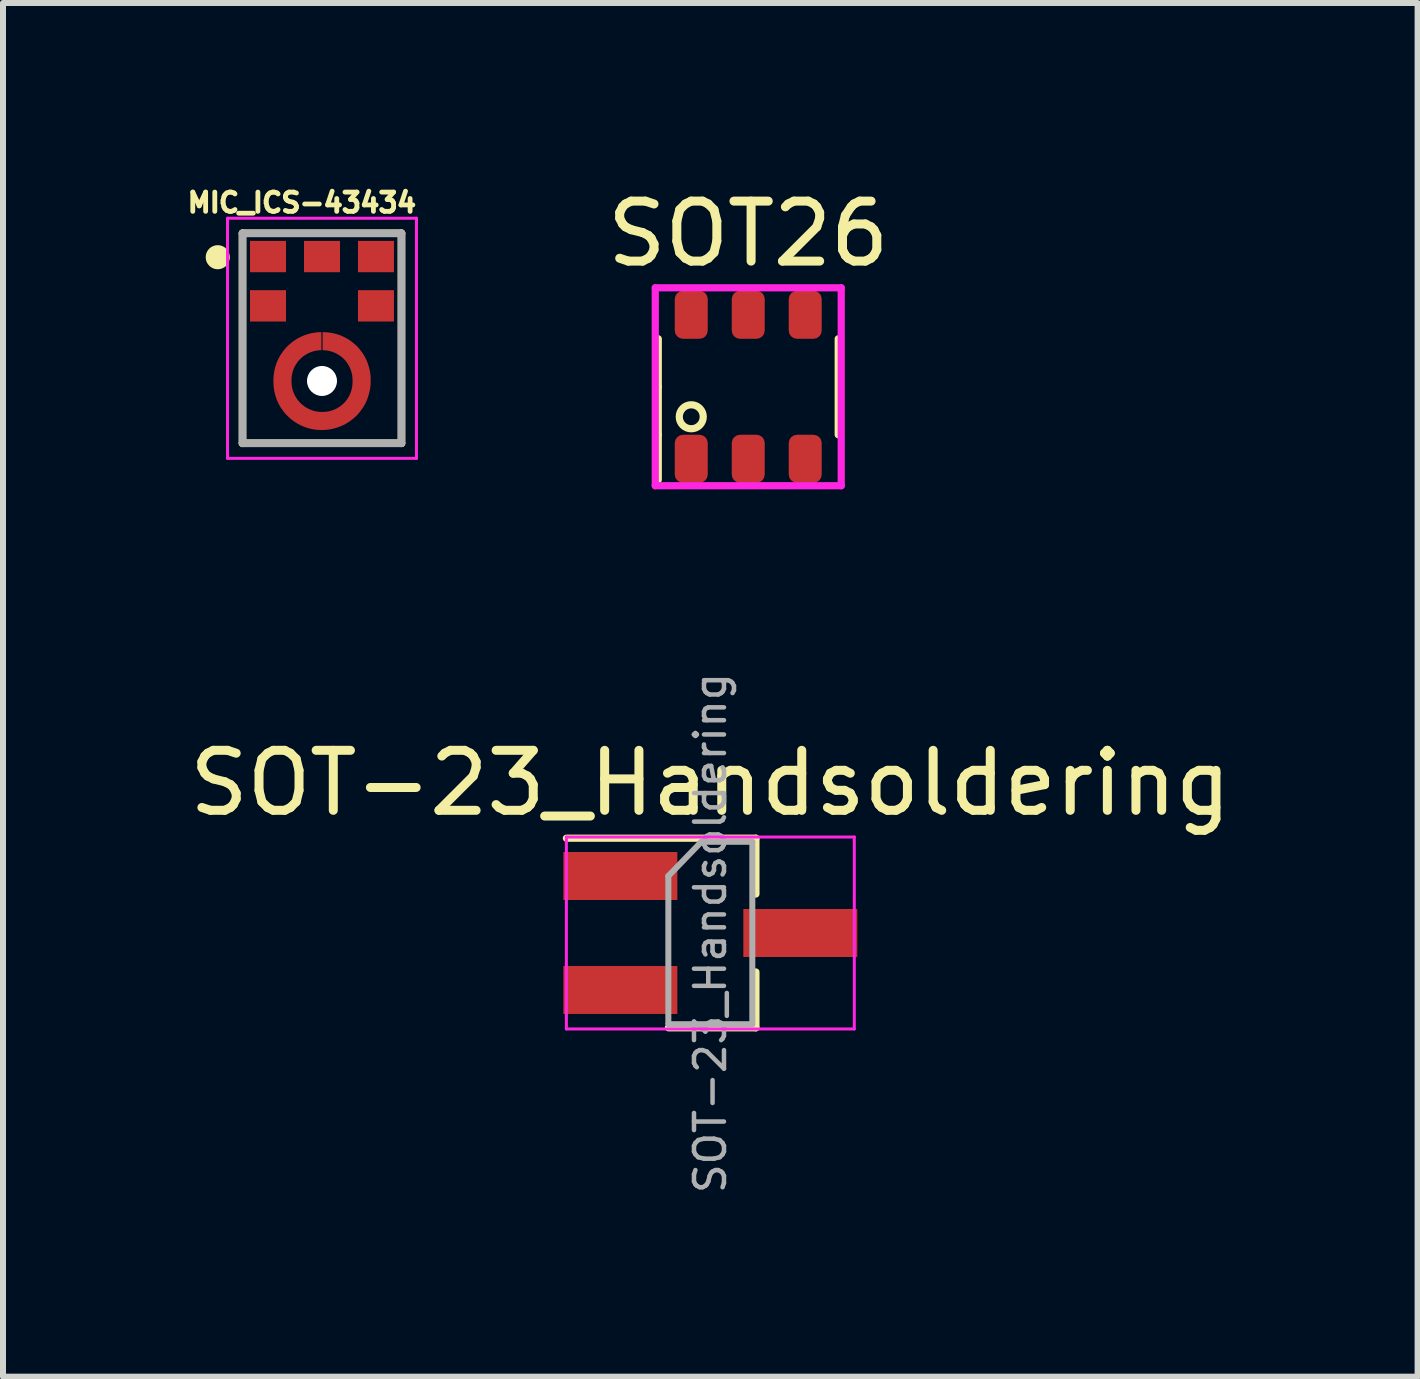
<source format=kicad_pcb>
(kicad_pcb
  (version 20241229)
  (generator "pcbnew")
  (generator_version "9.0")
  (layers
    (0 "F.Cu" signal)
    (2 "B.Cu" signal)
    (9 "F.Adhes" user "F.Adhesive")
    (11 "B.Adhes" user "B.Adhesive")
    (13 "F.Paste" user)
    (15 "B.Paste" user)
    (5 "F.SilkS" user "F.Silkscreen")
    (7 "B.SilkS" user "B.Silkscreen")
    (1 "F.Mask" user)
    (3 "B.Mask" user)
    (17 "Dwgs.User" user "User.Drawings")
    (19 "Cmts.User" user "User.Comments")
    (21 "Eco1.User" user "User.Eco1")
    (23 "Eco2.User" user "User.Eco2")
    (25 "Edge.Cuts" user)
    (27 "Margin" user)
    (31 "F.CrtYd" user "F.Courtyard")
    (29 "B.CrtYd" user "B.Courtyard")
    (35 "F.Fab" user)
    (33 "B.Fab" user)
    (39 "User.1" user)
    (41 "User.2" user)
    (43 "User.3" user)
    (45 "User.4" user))
  (footprint "SOT26"
    (layer "F.Cu")
    (at 9.424 3.398)
    (property "Reference" "SOT26" (at 0 -2.55 0) (layer "F.SilkS") (effects (font (size 1 1) (thickness 0.15))))
    (attr through_hole)
    (fp_line (start -1.5 0) (end -1.5 -0.8) (stroke (width 0.12) (type solid)) (layer "F.SilkS"))
    (fp_line (start -1.5 0) (end -1.5 0.8) (stroke (width 0.12) (type solid)) (layer "F.SilkS"))
    (fp_line (start -1.5 0.8) (end -1.5 1.55) (stroke (width 0.12) (type solid)) (layer "F.SilkS"))
    (fp_line (start 1.5 -0.8) (end 1.5 0.8) (stroke (width 0.12) (type solid)) (layer "F.SilkS"))
    (fp_circle (center -0.95 0.5) (end -0.95 0.3) (stroke (width 0.12) (type solid)) (fill no) (layer "F.SilkS"))
    (fp_line (start -1.55 -1.65) (end 1.55 -1.65) (stroke (width 0.12) (type solid)) (layer "F.CrtYd"))
    (fp_line (start -1.55 1.65) (end -1.55 -1.65) (stroke (width 0.12) (type solid)) (layer "F.CrtYd"))
    (fp_line (start 1.55 -1.65) (end 1.55 1.65) (stroke (width 0.12) (type solid)) (layer "F.CrtYd"))
    (fp_line (start 1.55 1.65) (end -1.55 1.65) (stroke (width 0.12) (type solid)) (layer "F.CrtYd"))
    (pad "1" smd roundrect (at -0.95 1.2) (size 0.55 0.8) (layers "F.Cu" "F.Mask" "F.Paste") (roundrect_rratio 0.25))
    (pad "2" smd roundrect (at 0 1.2) (size 0.55 0.8) (layers "F.Cu" "F.Mask" "F.Paste") (roundrect_rratio 0.25))
    (pad "3" smd roundrect (at 0.95 1.2) (size 0.55 0.8) (layers "F.Cu" "F.Mask" "F.Paste") (roundrect_rratio 0.25))
    (pad "4" smd roundrect (at 0.95 -1.2) (size 0.55 0.8) (layers "F.Cu" "F.Mask" "F.Paste") (roundrect_rratio 0.25))
    (pad "5" smd roundrect (at 0 -1.2) (size 0.55 0.8) (layers "F.Cu" "F.Mask" "F.Paste") (roundrect_rratio 0.25))
    (pad "6" smd roundrect (at -0.95 -1.2) (size 0.55 0.8) (layers "F.Cu" "F.Mask" "F.Paste") (roundrect_rratio 0.25)))
  (footprint "MIC_ICS-43434"
    (layer "F.Cu")
    (at 2.318 2.588)
    (property "Reference" "MIC_ICS-43434" (at -0.335 -2.259 0) (layer "F.SilkS") (effects (font (size 0.321 0.321) (thickness 0.15))))
    (attr through_hole)
    (fp_circle (center 0 0.713) (end 0.665 0.713) (stroke (width 0.5) (type solid)) (fill no) (layer "F.Mask"))
    (fp_line (start -1.325 -1.75) (end -1.325 1.75) (stroke (width 0.127) (type solid)) (layer "F.SilkS"))
    (fp_line (start -1.325 1.75) (end 1.325 1.75) (stroke (width 0.127) (type solid)) (layer "F.SilkS"))
    (fp_line (start 1.325 -1.75) (end -1.325 -1.75) (stroke (width 0.127) (type solid)) (layer "F.SilkS"))
    (fp_line (start 1.325 1.75) (end 1.325 -1.75) (stroke (width 0.127) (type solid)) (layer "F.SilkS"))
    (fp_circle (center -1.738 -1.35) (end -1.637 -1.35) (stroke (width 0.2) (type solid)) (fill no) (layer "F.SilkS"))
    (fp_poly (pts (xy -0.65 -1.572) (xy -0.65 -1.15) (xy -1.15 -1.15) (xy -1.15 -1.572)) (stroke (width 0.001) (type solid)) (fill yes) (layer "F.Paste"))
    (fp_poly (pts (xy -0.65 -0.75) (xy -0.65 -0.328) (xy -1.15 -0.328) (xy -1.15 -0.75)) (stroke (width 0.001) (type solid)) (fill yes) (layer "F.Paste"))
    (fp_poly (pts (xy 0.25 -1.572) (xy 0.25 -1.15) (xy -0.25 -1.15) (xy -0.25 -1.572)) (stroke (width 0.001) (type solid)) (fill yes) (layer "F.Paste"))
    (fp_poly (pts (xy 1.15 -1.572) (xy 1.15 -1.15) (xy 0.65 -1.15) (xy 0.65 -1.572)) (stroke (width 0.001) (type solid)) (fill yes) (layer "F.Paste"))
    (fp_poly (pts (xy 1.15 -0.75) (xy 1.15 -0.328) (xy 0.65 -0.328) (xy 0.65 -0.75)) (stroke (width 0.001) (type solid)) (fill yes) (layer "F.Paste"))
    (fp_poly (pts (xy -0.51 0.663) (xy -0.508 0.642) (xy -0.504 0.618) (xy -0.499 0.595) (xy -0.493 0.572) (xy -0.486 0.55) (xy -0.478 0.527) (xy -0.469 0.505) (xy -0.459 0.484) (xy -0.448 0.463) (xy -0.436 0.443) (xy -0.423 0.423) (xy -0.41 0.403) (xy -0.395 0.385) (xy -0.379 0.367) (xy -0.363 0.35) (xy -0.346 0.334) (xy -0.328 0.318) (xy -0.31 0.303) (xy -0.29 0.29) (xy -0.27 0.277) (xy -0.25 0.265) (xy -0.229 0.254) (xy -0.208 0.244) (xy -0.186 0.235) (xy -0.163 0.227) (xy -0.141 0.22) (xy -0.118 0.214) (xy -0.095 0.209) (xy -0.071 0.205) (xy -0.05 0.203) (xy -0.05 -0.097) (xy -0.089 -0.094) (xy -0.127 -0.089) (xy -0.166 -0.082) (xy -0.204 -0.074) (xy -0.242 -0.063) (xy -0.28 -0.051) (xy -0.316 -0.036) (xy -0.352 -0.02) (xy -0.387 -0.003) (xy -0.421 0.017) (xy -0.454 0.038) (xy -0.487 0.06) (xy -0.518 0.085) (xy -0.547 0.11) (xy -0.576 0.137) (xy -0.603 0.166) (xy -0.628 0.195) (xy -0.653 0.226) (xy -0.675 0.259) (xy -0.696 0.292) (xy -0.716 0.326) (xy -0.733 0.361) (xy -0.749 0.397) (xy -0.764 0.433) (xy -0.776 0.471) (xy -0.787 0.509) (xy -0.795 0.547) (xy -0.802 0.586) (xy -0.807 0.624) (xy -0.81 0.663) (xy -0.51 0.663)) (stroke (width 0.001) (type solid)) (fill yes) (layer "F.Paste"))
    (fp_poly (pts (xy -0.05 1.223) (xy -0.071 1.221) (xy -0.095 1.217) (xy -0.118 1.212) (xy -0.141 1.206) (xy -0.163 1.199) (xy -0.186 1.191) (xy -0.208 1.182) (xy -0.229 1.172) (xy -0.25 1.161) (xy -0.27 1.149) (xy -0.29 1.136) (xy -0.31 1.123) (xy -0.328 1.108) (xy -0.346 1.092) (xy -0.363 1.076) (xy -0.379 1.059) (xy -0.395 1.041) (xy -0.41 1.023) (xy -0.423 1.003) (xy -0.436 0.983) (xy -0.448 0.963) (xy -0.459 0.942) (xy -0.469 0.921) (xy -0.478 0.899) (xy -0.486 0.876) (xy -0.493 0.854) (xy -0.499 0.831) (xy -0.504 0.808) (xy -0.508 0.784) (xy -0.51 0.763) (xy -0.81 0.763) (xy -0.807 0.802) (xy -0.802 0.84) (xy -0.795 0.879) (xy -0.787 0.917) (xy -0.776 0.955) (xy -0.764 0.993) (xy -0.749 1.029) (xy -0.733 1.065) (xy -0.716 1.1) (xy -0.696 1.134) (xy -0.675 1.167) (xy -0.653 1.2) (xy -0.628 1.231) (xy -0.603 1.26) (xy -0.576 1.289) (xy -0.547 1.316) (xy -0.518 1.341) (xy -0.487 1.366) (xy -0.454 1.388) (xy -0.421 1.409) (xy -0.387 1.429) (xy -0.352 1.446) (xy -0.316 1.462) (xy -0.28 1.477) (xy -0.242 1.489) (xy -0.204 1.5) (xy -0.166 1.508) (xy -0.127 1.515) (xy -0.089 1.52) (xy -0.05 1.523) (xy -0.05 1.223)) (stroke (width 0.001) (type solid)) (fill yes) (layer "F.Paste"))
    (fp_poly (pts (xy 0.05 0.203) (xy 0.071 0.205) (xy 0.095 0.209) (xy 0.118 0.214) (xy 0.141 0.22) (xy 0.163 0.227) (xy 0.186 0.235) (xy 0.208 0.244) (xy 0.229 0.254) (xy 0.25 0.265) (xy 0.27 0.277) (xy 0.29 0.29) (xy 0.31 0.303) (xy 0.328 0.318) (xy 0.346 0.334) (xy 0.363 0.35) (xy 0.379 0.367) (xy 0.395 0.385) (xy 0.41 0.403) (xy 0.423 0.423) (xy 0.436 0.443) (xy 0.448 0.463) (xy 0.459 0.484) (xy 0.469 0.505) (xy 0.478 0.527) (xy 0.486 0.55) (xy 0.493 0.572) (xy 0.499 0.595) (xy 0.504 0.618) (xy 0.508 0.642) (xy 0.51 0.663) (xy 0.81 0.663) (xy 0.807 0.624) (xy 0.802 0.586) (xy 0.795 0.547) (xy 0.787 0.509) (xy 0.776 0.471) (xy 0.764 0.433) (xy 0.749 0.397) (xy 0.733 0.361) (xy 0.716 0.326) (xy 0.696 0.292) (xy 0.675 0.259) (xy 0.653 0.226) (xy 0.628 0.195) (xy 0.603 0.166) (xy 0.576 0.137) (xy 0.547 0.11) (xy 0.518 0.085) (xy 0.487 0.06) (xy 0.454 0.038) (xy 0.421 0.017) (xy 0.387 -0.003) (xy 0.352 -0.02) (xy 0.316 -0.036) (xy 0.28 -0.051) (xy 0.242 -0.063) (xy 0.204 -0.074) (xy 0.166 -0.082) (xy 0.127 -0.089) (xy 0.089 -0.094) (xy 0.05 -0.097) (xy 0.05 0.203)) (stroke (width 0.001) (type solid)) (fill yes) (layer "F.Paste"))
    (fp_poly (pts (xy 0.51 0.763) (xy 0.508 0.784) (xy 0.504 0.808) (xy 0.499 0.831) (xy 0.493 0.854) (xy 0.486 0.876) (xy 0.478 0.899) (xy 0.469 0.921) (xy 0.459 0.942) (xy 0.448 0.963) (xy 0.436 0.983) (xy 0.423 1.003) (xy 0.41 1.023) (xy 0.395 1.041) (xy 0.379 1.059) (xy 0.363 1.076) (xy 0.346 1.092) (xy 0.328 1.108) (xy 0.31 1.123) (xy 0.29 1.136) (xy 0.27 1.149) (xy 0.25 1.161) (xy 0.229 1.172) (xy 0.208 1.182) (xy 0.186 1.191) (xy 0.163 1.199) (xy 0.141 1.206) (xy 0.118 1.212) (xy 0.095 1.217) (xy 0.071 1.221) (xy 0.05 1.223) (xy 0.05 1.523) (xy 0.089 1.52) (xy 0.127 1.515) (xy 0.166 1.508) (xy 0.204 1.5) (xy 0.242 1.489) (xy 0.28 1.477) (xy 0.316 1.462) (xy 0.352 1.446) (xy 0.387 1.429) (xy 0.421 1.409) (xy 0.454 1.388) (xy 0.487 1.366) (xy 0.518 1.341) (xy 0.547 1.316) (xy 0.576 1.289) (xy 0.603 1.26) (xy 0.628 1.231) (xy 0.653 1.2) (xy 0.675 1.167) (xy 0.696 1.134) (xy 0.716 1.1) (xy 0.733 1.065) (xy 0.749 1.029) (xy 0.764 0.993) (xy 0.776 0.955) (xy 0.787 0.917) (xy 0.795 0.879) (xy 0.802 0.84) (xy 0.807 0.802) (xy 0.81 0.763) (xy 0.51 0.763)) (stroke (width 0.001) (type solid)) (fill yes) (layer "F.Paste"))
    (fp_line (start -1.575 -2) (end 1.575 -2) (stroke (width 0.05) (type solid)) (layer "F.CrtYd"))
    (fp_line (start -1.575 2.003) (end -1.575 -2) (stroke (width 0.05) (type solid)) (layer "F.CrtYd"))
    (fp_line (start 1.575 -2) (end 1.575 2.003) (stroke (width 0.05) (type solid)) (layer "F.CrtYd"))
    (fp_line (start 1.575 2.003) (end -1.575 2.003) (stroke (width 0.05) (type solid)) (layer "F.CrtYd"))
    (fp_line (start -1.325 -1.747) (end 1.325 -1.747) (stroke (width 0.127) (type solid)) (layer "F.Fab"))
    (fp_line (start -1.325 1.753) (end -1.325 -1.747) (stroke (width 0.127) (type solid)) (layer "F.Fab"))
    (fp_line (start 1.325 -1.747) (end 1.325 1.753) (stroke (width 0.127) (type solid)) (layer "F.Fab"))
    (fp_line (start 1.325 1.753) (end -1.325 1.753) (stroke (width 0.127) (type solid)) (layer "F.Fab"))
    (pad "" np_thru_hole circle (at 0 0.713) (size 0.5 0.5) (drill 0.5) (layers "*.Cu" "*.Mask"))
    (pad "1" smd rect (at -0.9 -1.361) (size 0.6 0.522) (layers "F.Cu" "F.Mask"))
    (pad "2" smd rect (at -0.9 -0.539) (size 0.6 0.522) (layers "F.Cu" "F.Mask"))
    (pad "3" smd custom (at -0.015 1.383) (size 0.1 0.1) (layers "F.Cu") (options (anchor rect)) (primitives (gr_poly (pts (xy 0.005 -1.483) (xy 0.005 -1.183) (xy -0.021 -1.182) (xy -0.046 -1.18) (xy -0.072 -1.177) (xy -0.099 -1.172) (xy -0.123 -1.166) (xy -0.149 -1.159) (xy -0.173 -1.15) (xy -0.198 -1.14) (xy -0.222 -1.129) (xy -0.244 -1.116) (xy -0.267 -1.102) (xy -0.288 -1.088) (xy -0.309 -1.072) (xy -0.33 -1.055) (xy -0.348 -1.037) (xy -0.366 -1.018) (xy -0.384 -0.998) (xy -0.4 -0.977) (xy -0.413 -0.955) (xy -0.427 -0.933) (xy -0.441 -0.91) (xy -0.452 -0.886) (xy -0.462 -0.862) (xy -0.47 -0.838) (xy -0.477 -0.812) (xy -0.483 -0.787) (xy -0.488 -0.761) (xy -0.491 -0.735) (xy -0.493 -0.709) (xy -0.494 -0.683) (xy -0.494 -0.663) (xy -0.493 -0.636) (xy -0.491 -0.61) (xy -0.488 -0.583) (xy -0.483 -0.557) (xy -0.477 -0.531) (xy -0.469 -0.505) (xy -0.461 -0.48) (xy -0.451 -0.456) (xy -0.439 -0.431) (xy -0.426 -0.408) (xy -0.412 -0.385) (xy -0.398 -0.363) (xy -0.381 -0.342) (xy -0.363 -0.322) (xy -0.345 -0.302) (xy -0.326 -0.284) (xy -0.305 -0.267) (xy -0.284 -0.25) (xy -0.263 -0.235) (xy -0.239 -0.221) (xy -0.216 -0.209) (xy -0.192 -0.197) (xy -0.168 -0.187) (xy -0.142 -0.178) (xy -0.117 -0.17) (xy -0.09 -0.164) (xy -0.065 -0.159) (xy -0.037 -0.156) (xy -0.011 -0.154) (xy 0.015 -0.153) (xy 0.025 -0.153) (xy 0.051 -0.154) (xy 0.077 -0.156) (xy 0.103 -0.159) (xy 0.13 -0.164) (xy 0.154 -0.17) (xy 0.18 -0.177) (xy 0.204 -0.186) (xy 0.229 -0.196) (xy 0.253 -0.207) (xy 0.276 -0.22) (xy 0.297 -0.234) (xy 0.32 -0.248) (xy 0.341 -0.264) (xy 0.36 -0.281) (xy 0.38 -0.299) (xy 0.398 -0.318) (xy 0.414 -0.338) (xy 0.43 -0.359) (xy 0.445 -0.381) (xy 0.459 -0.403) (xy 0.471 -0.426) (xy 0.482 -0.45) (xy 0.492 -0.474) (xy 0.501 -0.498) (xy 0.508 -0.524) (xy 0.514 -0.549) (xy 0.519 -0.575) (xy 0.522 -0.601) (xy 0.524 -0.627) (xy 0.525 -0.653) (xy 0.525 -0.683) (xy 0.524 -0.709) (xy 0.522 -0.735) (xy 0.519 -0.761) (xy 0.514 -0.787) (xy 0.508 -0.812) (xy 0.501 -0.838) (xy 0.492 -0.862) (xy 0.482 -0.886) (xy 0.471 -0.91) (xy 0.459 -0.933) (xy 0.445 -0.955) (xy 0.43 -0.977) (xy 0.414 -0.998) (xy 0.398 -1.018) (xy 0.38 -1.037) (xy 0.36 -1.055) (xy 0.341 -1.072) (xy 0.32 -1.088) (xy 0.297 -1.102) (xy 0.276 -1.116) (xy 0.253 -1.129) (xy 0.229 -1.14) (xy 0.204 -1.15) (xy 0.18 -1.159) (xy 0.154 -1.166) (xy 0.13 -1.172) (xy 0.103 -1.177) (xy 0.077 -1.18) (xy 0.051 -1.182) (xy 0.025 -1.183) (xy 0.025 -1.483) (xy 0.035 -1.483) (xy 0.076 -1.482) (xy 0.118 -1.479) (xy 0.16 -1.473) (xy 0.2 -1.466) (xy 0.239 -1.456) (xy 0.28 -1.444) (xy 0.319 -1.431) (xy 0.356 -1.415) (xy 0.395 -1.397) (xy 0.43 -1.377) (xy 0.466 -1.356) (xy 0.499 -1.332) (xy 0.532 -1.307) (xy 0.565 -1.28) (xy 0.595 -1.252) (xy 0.623 -1.222) (xy 0.649 -1.19) (xy 0.674 -1.157) (xy 0.699 -1.123) (xy 0.72 -1.088) (xy 0.74 -1.052) (xy 0.757 -1.014) (xy 0.773 -0.976) (xy 0.786 -0.937) (xy 0.798 -0.897) (xy 0.808 -0.857) (xy 0.816 -0.817) (xy 0.822 -0.776) (xy 0.825 -0.734) (xy 0.826 -0.693) (xy 0.826 -0.663) (xy 0.825 -0.621) (xy 0.822 -0.578) (xy 0.816 -0.536) (xy 0.807 -0.495) (xy 0.797 -0.453) (xy 0.785 -0.413) (xy 0.771 -0.373) (xy 0.755 -0.334) (xy 0.738 -0.295) (xy 0.717 -0.258) (xy 0.695 -0.222) (xy 0.67 -0.187) (xy 0.644 -0.153) (xy 0.618 -0.121) (xy 0.589 -0.09) (xy 0.557 -0.061) (xy 0.525 -0.034) (xy 0.491 -0.008) (xy 0.457 0.016) (xy 0.42 0.038) (xy 0.384 0.059) (xy 0.344 0.077) (xy 0.305 0.093) (xy 0.266 0.107) (xy 0.226 0.119) (xy 0.183 0.129) (xy 0.142 0.137) (xy 0.101 0.143) (xy 0.058 0.146) (xy 0.015 0.147) (xy 0.005 0.147) (xy -0.036 0.146) (xy -0.079 0.143) (xy -0.119 0.137) (xy -0.161 0.13) (xy -0.202 0.12) (xy -0.241 0.108) (xy -0.281 0.094) (xy -0.32 0.078) (xy -0.357 0.06) (xy -0.395 0.04) (xy -0.43 0.018) (xy -0.465 -0.006) (xy -0.497 -0.031) (xy -0.529 -0.058) (xy -0.56 -0.087) (xy -0.59 -0.118) (xy -0.617 -0.15) (xy -0.641 -0.183) (xy -0.665 -0.217) (xy -0.688 -0.253) (xy -0.708 -0.29) (xy -0.726 -0.328) (xy -0.742 -0.366) (xy -0.755 -0.406) (xy -0.767 -0.446) (xy -0.777 -0.487) (xy -0.784 -0.528) (xy -0.79 -0.569) (xy -0.793 -0.611) (xy -0.794 -0.653) (xy -0.794 -0.683) (xy -0.793 -0.725) (xy -0.79 -0.767) (xy -0.784 -0.808) (xy -0.777 -0.849) (xy -0.767 -0.89) (xy -0.755 -0.93) (xy -0.742 -0.97) (xy -0.726 -1.008) (xy -0.708 -1.046) (xy -0.688 -1.083) (xy -0.665 -1.119) (xy -0.641 -1.153) (xy -0.617 -1.186) (xy -0.59 -1.218) (xy -0.56 -1.249) (xy -0.529 -1.278) (xy -0.497 -1.305) (xy -0.465 -1.33) (xy -0.43 -1.354) (xy -0.395 -1.376) (xy -0.357 -1.396) (xy -0.32 -1.414) (xy -0.281 -1.43) (xy -0.241 -1.444) (xy -0.202 -1.456) (xy -0.161 -1.466) (xy -0.119 -1.473) (xy -0.079 -1.479) (xy -0.036 -1.482) (xy 0.005 -1.483)) (width 0.001) (fill yes))))
    (pad "4" smd rect (at 0.9 -0.539) (size 0.6 0.522) (layers "F.Cu" "F.Mask"))
    (pad "5" smd rect (at 0.9 -1.361) (size 0.6 0.522) (layers "F.Cu" "F.Mask"))
    (pad "6" smd rect (at 0 -1.361) (size 0.6 0.522) (layers "F.Cu" "F.Mask")))
  (footprint "SOT-23_Handsoldering"
    (layer "F.Cu")
    (at 8.792 12.504)
    (property "Reference" "SOT-23_Handsoldering" (at 0 -2.5 0) (layer "F.SilkS") (effects (font (size 1 1) (thickness 0.15))))
    (attr smd)
    (fp_line (start 0.76 -1.58) (end -2.4 -1.58) (stroke (width 0.12) (type solid)) (layer "F.SilkS"))
    (fp_line (start 0.76 -1.58) (end 0.76 -0.65) (stroke (width 0.12) (type solid)) (layer "F.SilkS"))
    (fp_line (start 0.76 1.58) (end -0.7 1.58) (stroke (width 0.12) (type solid)) (layer "F.SilkS"))
    (fp_line (start 0.76 1.58) (end 0.76 0.65) (stroke (width 0.12) (type solid)) (layer "F.SilkS"))
    (fp_line (start -2.4 -1.6) (end 2.4 -1.6) (stroke (width 0.05) (type solid)) (layer "F.CrtYd"))
    (fp_line (start -2.4 1.6) (end -2.4 -1.6) (stroke (width 0.05) (type solid)) (layer "F.CrtYd"))
    (fp_line (start 2.4 -1.6) (end 2.4 1.6) (stroke (width 0.05) (type solid)) (layer "F.CrtYd"))
    (fp_line (start 2.4 1.6) (end -2.4 1.6) (stroke (width 0.05) (type solid)) (layer "F.CrtYd"))
    (fp_line (start -0.7 -0.95) (end -0.7 1.5) (stroke (width 0.1) (type solid)) (layer "F.Fab"))
    (fp_line (start -0.7 -0.95) (end -0.15 -1.52) (stroke (width 0.1) (type solid)) (layer "F.Fab"))
    (fp_line (start -0.7 1.52) (end 0.7 1.52) (stroke (width 0.1) (type solid)) (layer "F.Fab"))
    (fp_line (start -0.15 -1.52) (end 0.7 -1.52) (stroke (width 0.1) (type solid)) (layer "F.Fab"))
    (fp_line (start 0.7 -1.52) (end 0.7 1.52) (stroke (width 0.1) (type solid)) (layer "F.Fab"))
    (fp_text user "${REFERENCE}" (at 0 0 90) (layer "F.Fab") (effects (font (size 0.5 0.5) (thickness 0.075))))
    (pad "1" smd rect (at -1.5 -0.95) (size 1.9 0.8) (layers "F.Cu" "F.Mask" "F.Paste"))
    (pad "2" smd rect (at -1.5 0.95) (size 1.9 0.8) (layers "F.Cu" "F.Mask" "F.Paste"))
    (pad "3" smd rect (at 1.5 0) (size 1.9 0.8) (layers "F.Cu" "F.Mask" "F.Paste")))
  (gr_rect
    (start -3 -3)
    (end 20.583 19.9)
    (stroke (width 0.1) (type default))
    (fill no)
    (layer "Edge.Cuts")))
</source>
